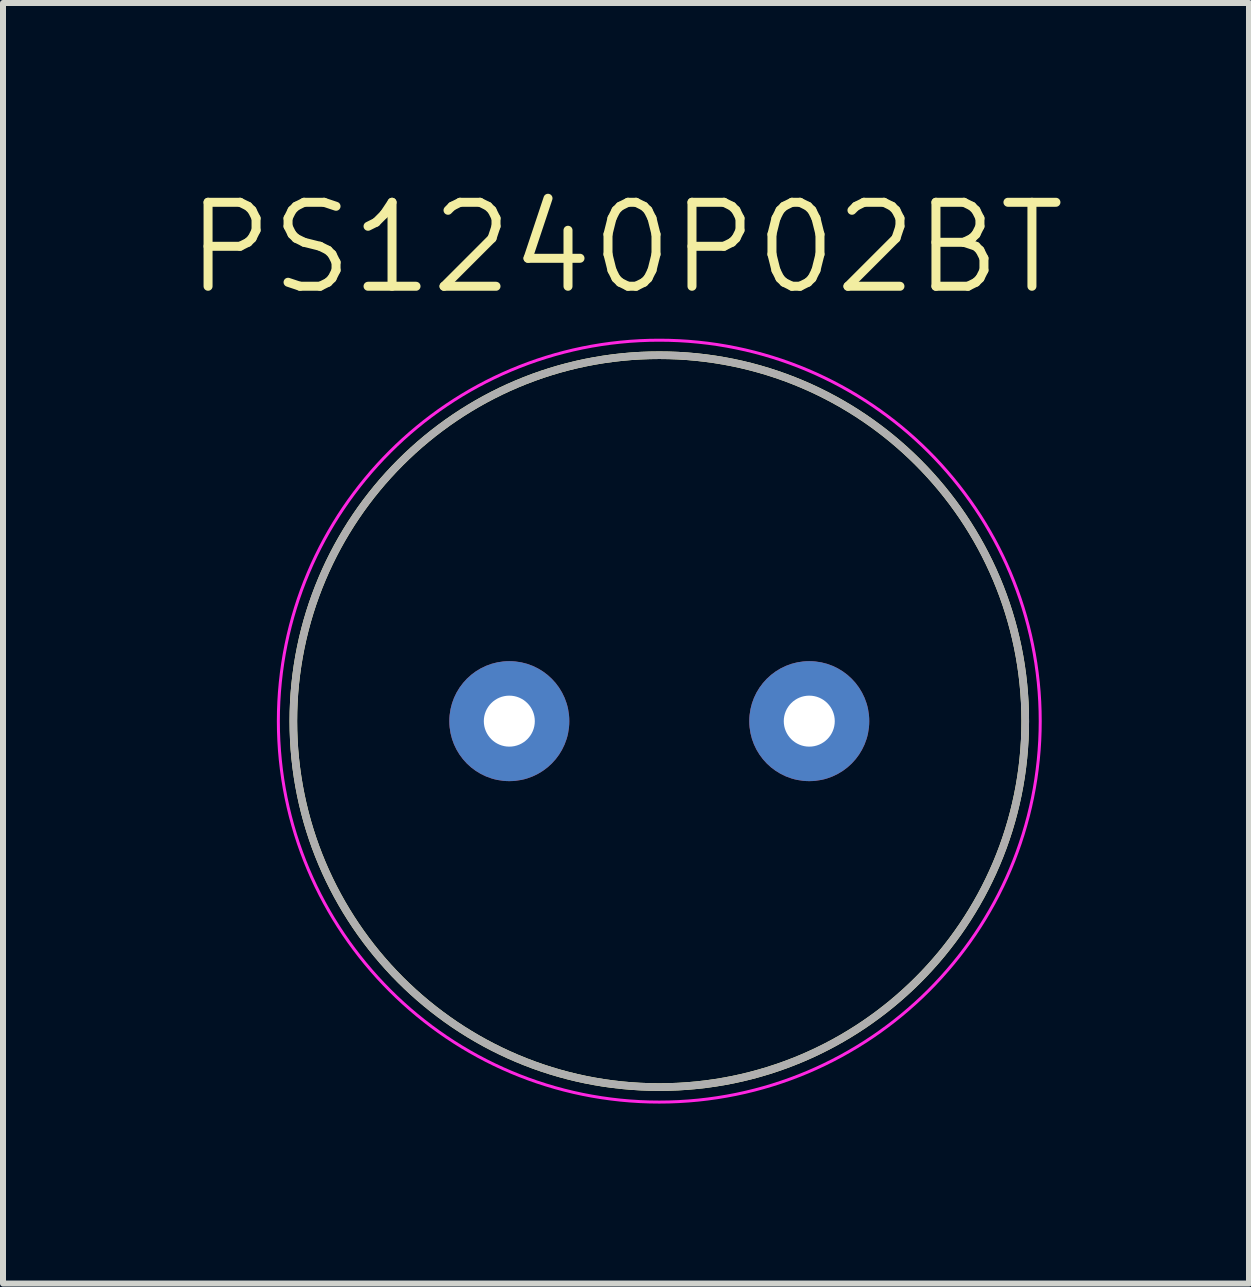
<source format=kicad_pcb>
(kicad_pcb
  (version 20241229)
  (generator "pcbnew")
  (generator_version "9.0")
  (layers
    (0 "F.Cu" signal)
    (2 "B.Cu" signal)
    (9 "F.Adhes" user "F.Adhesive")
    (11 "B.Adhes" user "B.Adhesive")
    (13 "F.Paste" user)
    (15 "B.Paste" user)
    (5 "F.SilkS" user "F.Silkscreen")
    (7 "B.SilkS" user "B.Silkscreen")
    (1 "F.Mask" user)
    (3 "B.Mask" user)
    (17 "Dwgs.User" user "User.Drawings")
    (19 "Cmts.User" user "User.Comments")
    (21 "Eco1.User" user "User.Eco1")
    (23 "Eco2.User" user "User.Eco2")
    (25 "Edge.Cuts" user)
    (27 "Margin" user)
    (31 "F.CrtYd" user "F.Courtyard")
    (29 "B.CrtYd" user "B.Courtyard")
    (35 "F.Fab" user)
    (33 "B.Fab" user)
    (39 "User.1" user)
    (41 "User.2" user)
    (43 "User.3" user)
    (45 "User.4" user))
  (footprint "PS1240P02BT"
    (layer "F.Cu")
    (at 7.94 8.971)
    (property "Reference" "PS1240P02BT" (at -0.555 -7.889 0) (layer "F.SilkS") (effects (font (size 1.4 1.4) (thickness 0.15))))
    (attr through_hole)
    (fp_circle (center 0 0) (end 6.1 0) (stroke (width 0.127) (type solid)) (fill no) (layer "F.SilkS"))
    (fp_circle (center 0 0) (end 6.35 0) (stroke (width 0.05) (type solid)) (fill no) (layer "F.CrtYd"))
    (fp_circle (center 0 0) (end 6.1 0) (stroke (width 0.127) (type solid)) (fill no) (layer "F.Fab"))
    (pad "1" thru_hole circle (at -2.5 0) (size 2 2) (drill 0.85) (layers "*.Cu" "*.Mask"))
    (pad "2" thru_hole circle (at 2.5 0) (size 2 2) (drill 0.85) (layers "*.Cu" "*.Mask")))
  (gr_rect
    (start -3 -3)
    (end 17.77 18.346)
    (stroke (width 0.1) (type default))
    (fill no)
    (layer "Edge.Cuts")))
</source>
